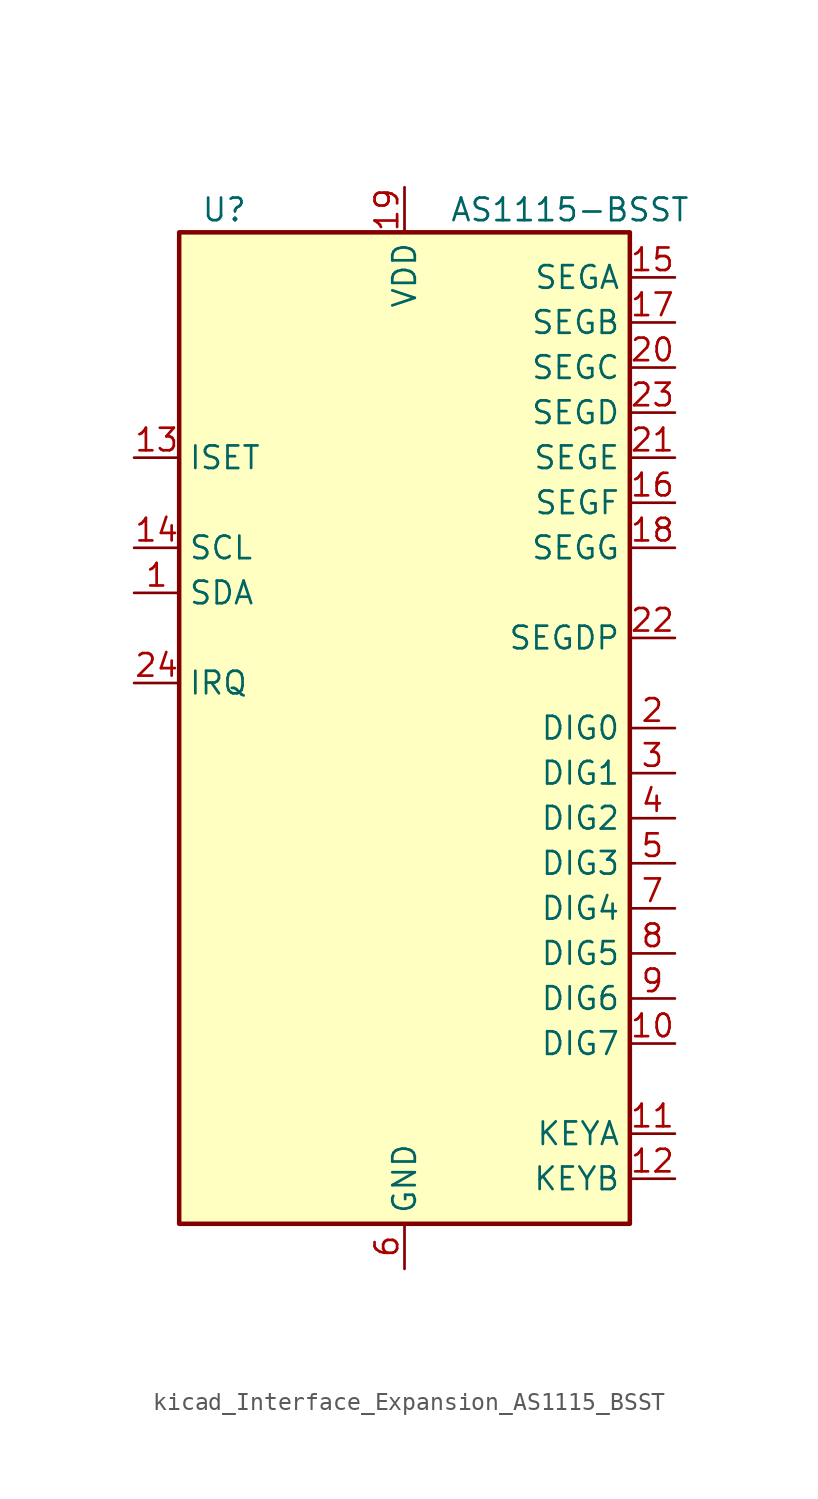
<source format=kicad_sym>
(kicad_symbol_lib
  (version 20220914)
  (generator kicad_symbol_editor)
  (symbol "kicad_Interface_Expansion_AS1115_BSST"
    (property "Reference" "U"
      (at -10.16 29.21 0)
      (effects (font (size 1.27 1.27))))
    (property "Value" "AS1115-BSST"
      (at 2.54 29.21 0)
      (effects (font (size 1.27 1.27)) (justify left)))
    (symbol "kicad_Interface_Expansion_AS1115_BSST_0_1"
      (rectangle (start -12.7 27.94) (end 12.7 -27.94) (stroke (width 0.254) (type default)) (fill (type background))))
    (symbol "kicad_Interface_Expansion_AS1115_BSST_1_1"
      (pin bidirectional line (at -15.24 7.62 0) (length 2.54) (name "SDA" (effects (font (size 1.27 1.27)))) (number "1" (effects (font (size 1.27 1.27)))))
      (pin open_collector line (at 15.24 -17.78 180) (length 2.54) (name "DIG7" (effects (font (size 1.27 1.27)))) (number "10" (effects (font (size 1.27 1.27)))))
      (pin open_collector line (at 15.24 -22.86 180) (length 2.54) (name "KEYA" (effects (font (size 1.27 1.27)))) (number "11" (effects (font (size 1.27 1.27)))))
      (pin open_collector line (at 15.24 -25.4 180) (length 2.54) (name "KEYB" (effects (font (size 1.27 1.27)))) (number "12" (effects (font (size 1.27 1.27)))))
      (pin passive line (at -15.24 15.24 0) (length 2.54) (name "ISET" (effects (font (size 1.27 1.27)))) (number "13" (effects (font (size 1.27 1.27)))))
      (pin input line (at -15.24 10.16 0) (length 2.54) (name "SCL" (effects (font (size 1.27 1.27)))) (number "14" (effects (font (size 1.27 1.27)))))
      (pin output line (at 15.24 25.4 180) (length 2.54) (name "SEGA" (effects (font (size 1.27 1.27)))) (number "15" (effects (font (size 1.27 1.27)))))
      (pin output line (at 15.24 12.7 180) (length 2.54) (name "SEGF" (effects (font (size 1.27 1.27)))) (number "16" (effects (font (size 1.27 1.27)))))
      (pin output line (at 15.24 22.86 180) (length 2.54) (name "SEGB" (effects (font (size 1.27 1.27)))) (number "17" (effects (font (size 1.27 1.27)))))
      (pin output line (at 15.24 10.16 180) (length 2.54) (name "SEGG" (effects (font (size 1.27 1.27)))) (number "18" (effects (font (size 1.27 1.27)))))
      (pin power_in line (at 0 30.48 270) (length 2.54) (name "VDD" (effects (font (size 1.27 1.27)))) (number "19" (effects (font (size 1.27 1.27)))))
      (pin open_collector line (at 15.24 0 180) (length 2.54) (name "DIG0" (effects (font (size 1.27 1.27)))) (number "2" (effects (font (size 1.27 1.27)))))
      (pin output line (at 15.24 20.32 180) (length 2.54) (name "SEGC" (effects (font (size 1.27 1.27)))) (number "20" (effects (font (size 1.27 1.27)))))
      (pin output line (at 15.24 15.24 180) (length 2.54) (name "SEGE" (effects (font (size 1.27 1.27)))) (number "21" (effects (font (size 1.27 1.27)))))
      (pin output line (at 15.24 5.08 180) (length 2.54) (name "SEGDP" (effects (font (size 1.27 1.27)))) (number "22" (effects (font (size 1.27 1.27)))))
      (pin output line (at 15.24 17.78 180) (length 2.54) (name "SEGD" (effects (font (size 1.27 1.27)))) (number "23" (effects (font (size 1.27 1.27)))))
      (pin open_collector line (at -15.24 2.54 0) (length 2.54) (name "IRQ" (effects (font (size 1.27 1.27)))) (number "24" (effects (font (size 1.27 1.27)))))
      (pin open_collector line (at 15.24 -2.54 180) (length 2.54) (name "DIG1" (effects (font (size 1.27 1.27)))) (number "3" (effects (font (size 1.27 1.27)))))
      (pin open_collector line (at 15.24 -5.08 180) (length 2.54) (name "DIG2" (effects (font (size 1.27 1.27)))) (number "4" (effects (font (size 1.27 1.27)))))
      (pin open_collector line (at 15.24 -7.62 180) (length 2.54) (name "DIG3" (effects (font (size 1.27 1.27)))) (number "5" (effects (font (size 1.27 1.27)))))
      (pin power_in line (at 0 -30.48 90) (length 2.54) (name "GND" (effects (font (size 1.27 1.27)))) (number "6" (effects (font (size 1.27 1.27)))))
      (pin open_collector line (at 15.24 -10.16 180) (length 2.54) (name "DIG4" (effects (font (size 1.27 1.27)))) (number "7" (effects (font (size 1.27 1.27)))))
      (pin open_collector line (at 15.24 -12.7 180) (length 2.54) (name "DIG5" (effects (font (size 1.27 1.27)))) (number "8" (effects (font (size 1.27 1.27)))))
      (pin open_collector line (at 15.24 -15.24 180) (length 2.54) (name "DIG6" (effects (font (size 1.27 1.27)))) (number "9" (effects (font (size 1.27 1.27))))))))
</source>
